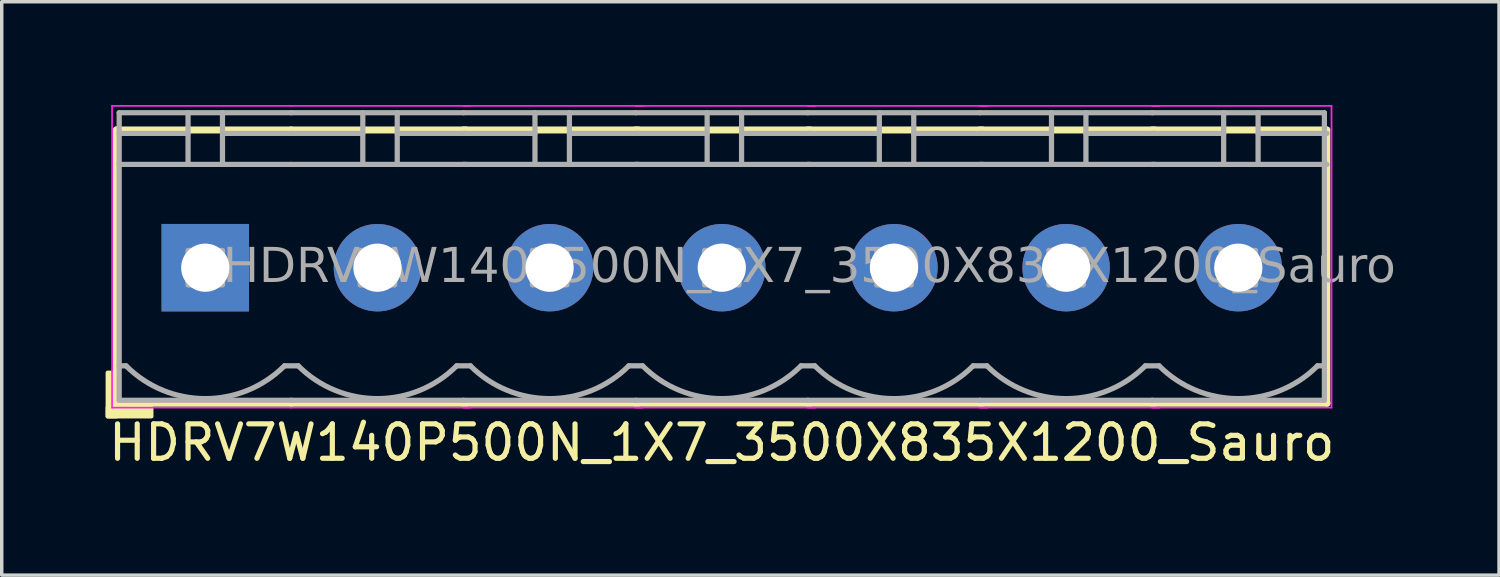
<source format=kicad_pcb>
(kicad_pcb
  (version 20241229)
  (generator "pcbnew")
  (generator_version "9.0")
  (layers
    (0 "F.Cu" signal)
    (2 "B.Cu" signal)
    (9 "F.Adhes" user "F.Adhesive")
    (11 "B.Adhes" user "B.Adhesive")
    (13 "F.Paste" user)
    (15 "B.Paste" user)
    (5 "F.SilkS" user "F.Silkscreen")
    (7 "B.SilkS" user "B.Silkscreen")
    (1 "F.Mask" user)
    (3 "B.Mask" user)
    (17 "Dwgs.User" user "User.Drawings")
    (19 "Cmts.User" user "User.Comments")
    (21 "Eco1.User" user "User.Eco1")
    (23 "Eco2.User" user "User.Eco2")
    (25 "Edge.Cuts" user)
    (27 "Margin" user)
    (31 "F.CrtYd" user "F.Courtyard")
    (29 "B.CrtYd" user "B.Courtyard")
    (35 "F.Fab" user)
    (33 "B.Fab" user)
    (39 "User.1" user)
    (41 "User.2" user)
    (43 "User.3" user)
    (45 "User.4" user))
  (footprint "HDRV7W140P500N_1X7_3500X835X1200_Sauro"
    (layer "F.Cu")
    (at 17.911 4.724)
    (property "Reference" "HDRV7W140P500N_1X7_3500X835X1200_Sauro" (at 0 5.08 0) (layer "F.SilkS") (effects (font (size 1 1) (thickness 0.15))))
    (attr through_hole)
    (fp_line (start -17.58 -4) (end -17.58 3.937) (stroke (width 0.203) (type solid)) (layer "F.SilkS"))
    (fp_line (start -17.58 3.937) (end -12.5 3.937) (stroke (width 0.203) (type solid)) (layer "F.SilkS"))
    (fp_line (start -12.505 -4) (end -17.58 -4) (stroke (width 0.203) (type solid)) (layer "F.SilkS"))
    (fp_line (start -12.5 3.937) (end -7.42 3.937) (stroke (width 0.203) (type solid)) (layer "F.SilkS"))
    (fp_line (start -7.5 3.937) (end -2.42 3.937) (stroke (width 0.203) (type solid)) (layer "F.SilkS"))
    (fp_line (start -7.43 -4) (end -12.505 -4) (stroke (width 0.203) (type solid)) (layer "F.SilkS"))
    (fp_line (start -2.5 3.937) (end 2.58 3.937) (stroke (width 0.203) (type solid)) (layer "F.SilkS"))
    (fp_line (start -2.43 -4) (end -7.505 -4) (stroke (width 0.203) (type solid)) (layer "F.SilkS"))
    (fp_line (start 2.5 3.937) (end 7.58 3.937) (stroke (width 0.203) (type solid)) (layer "F.SilkS"))
    (fp_line (start 2.57 -4) (end -2.505 -4) (stroke (width 0.203) (type solid)) (layer "F.SilkS"))
    (fp_line (start 7.5 3.937) (end 12.58 3.937) (stroke (width 0.203) (type solid)) (layer "F.SilkS"))
    (fp_line (start 7.57 -4) (end 2.495 -4) (stroke (width 0.203) (type solid)) (layer "F.SilkS"))
    (fp_line (start 12.5 3.937) (end 17.58 3.937) (stroke (width 0.203) (type solid)) (layer "F.SilkS"))
    (fp_line (start 12.57 -4) (end 7.495 -4) (stroke (width 0.203) (type solid)) (layer "F.SilkS"))
    (fp_line (start 17.57 -4) (end 12.495 -4) (stroke (width 0.203) (type solid)) (layer "F.SilkS"))
    (fp_line (start 17.57 -4) (end 17.57 3.937) (stroke (width 0.203) (type solid)) (layer "F.SilkS"))
    (fp_rect (start -17.58 3.048) (end -17.834 4.318) (stroke (width 0.12) (type solid)) (fill yes) (layer "F.SilkS"))
    (fp_rect (start -16.564 4.318) (end -17.834 4.064) (stroke (width 0.12) (type solid)) (fill yes) (layer "F.SilkS"))
    (fp_line (start -17.707 4.064) (end -17.707 -4.699) (stroke (width 0.05) (type solid)) (layer "F.CrtYd"))
    (fp_line (start -12.505 4.064) (end -17.707 4.064) (stroke (width 0.05) (type solid)) (layer "F.CrtYd"))
    (fp_line (start -12.5 -4.699) (end -17.707 -4.699) (stroke (width 0.05) (type solid)) (layer "F.CrtYd"))
    (fp_line (start -7.293 -4.699) (end -12.5 -4.699) (stroke (width 0.05) (type solid)) (layer "F.CrtYd"))
    (fp_line (start -7.293 4.064) (end -12.505 4.064) (stroke (width 0.05) (type solid)) (layer "F.CrtYd"))
    (fp_line (start -2.293 -4.699) (end -7.5 -4.699) (stroke (width 0.05) (type solid)) (layer "F.CrtYd"))
    (fp_line (start -2.293 4.064) (end -7.505 4.064) (stroke (width 0.05) (type solid)) (layer "F.CrtYd"))
    (fp_line (start 2.707 -4.699) (end -2.5 -4.699) (stroke (width 0.05) (type solid)) (layer "F.CrtYd"))
    (fp_line (start 2.707 4.064) (end -2.505 4.064) (stroke (width 0.05) (type solid)) (layer "F.CrtYd"))
    (fp_line (start 7.707 -4.699) (end 2.5 -4.699) (stroke (width 0.05) (type solid)) (layer "F.CrtYd"))
    (fp_line (start 7.707 4.064) (end 2.495 4.064) (stroke (width 0.05) (type solid)) (layer "F.CrtYd"))
    (fp_line (start 12.707 -4.699) (end 7.5 -4.699) (stroke (width 0.05) (type solid)) (layer "F.CrtYd"))
    (fp_line (start 12.707 4.064) (end 7.495 4.064) (stroke (width 0.05) (type solid)) (layer "F.CrtYd"))
    (fp_line (start 17.707 -4.699) (end 12.5 -4.699) (stroke (width 0.05) (type solid)) (layer "F.CrtYd"))
    (fp_line (start 17.707 -4.699) (end 17.707 4.064) (stroke (width 0.05) (type solid)) (layer "F.CrtYd"))
    (fp_line (start 17.707 4.064) (end 12.495 4.064) (stroke (width 0.05) (type solid)) (layer "F.CrtYd"))
    (fp_line (start -17.5 -4.5) (end -17.5 3.85) (stroke (width 0.152) (type solid)) (layer "F.Fab"))
    (fp_line (start -17.3 2.85) (end -17.5 2.85) (stroke (width 0.152) (type solid)) (layer "F.Fab"))
    (fp_line (start -15.5 -4.5) (end -15.5 -3) (stroke (width 0.152) (type default)) (layer "F.Fab"))
    (fp_line (start -15.5 -3.9) (end -17.5 -3.9) (stroke (width 0.152) (type solid)) (layer "F.Fab"))
    (fp_line (start -14.5 -4.5) (end -14.5 -3) (stroke (width 0.152) (type default)) (layer "F.Fab"))
    (fp_line (start -14.5 -3.9) (end -12.5 -3.9) (stroke (width 0.152) (type solid)) (layer "F.Fab"))
    (fp_line (start -12.7 2.85) (end -12.3 2.85) (stroke (width 0.152) (type solid)) (layer "F.Fab"))
    (fp_line (start -12.5 -4.5) (end -17.5 -4.5) (stroke (width 0.152) (type solid)) (layer "F.Fab"))
    (fp_line (start -12.5 -3) (end -17.5 -3) (stroke (width 0.152) (type solid)) (layer "F.Fab"))
    (fp_line (start -12.5 3.85) (end -17.5 3.85) (stroke (width 0.152) (type solid)) (layer "F.Fab"))
    (fp_line (start -12.5 3.85) (end -7.5 3.85) (stroke (width 0.152) (type solid)) (layer "F.Fab"))
    (fp_line (start -10.425 -4.5) (end -10.425 -3) (stroke (width 0.152) (type default)) (layer "F.Fab"))
    (fp_line (start -10.425 -3.9) (end -12.5 -3.9) (stroke (width 0.152) (type solid)) (layer "F.Fab"))
    (fp_line (start -9.425 -4.5) (end -9.425 -3) (stroke (width 0.152) (type default)) (layer "F.Fab"))
    (fp_line (start -9.425 -3.9) (end -7.425 -3.9) (stroke (width 0.152) (type solid)) (layer "F.Fab"))
    (fp_line (start -7.7 2.85) (end -7.3 2.85) (stroke (width 0.152) (type solid)) (layer "F.Fab"))
    (fp_line (start -7.5 -4.5) (end -12.5 -4.5) (stroke (width 0.152) (type solid)) (layer "F.Fab"))
    (fp_line (start -7.5 3.85) (end -2.5 3.85) (stroke (width 0.152) (type solid)) (layer "F.Fab"))
    (fp_line (start -7.425 -3) (end -12.5 -3) (stroke (width 0.152) (type solid)) (layer "F.Fab"))
    (fp_line (start -5.425 -4.5) (end -5.425 -3) (stroke (width 0.152) (type default)) (layer "F.Fab"))
    (fp_line (start -5.425 -3.9) (end -7.5 -3.9) (stroke (width 0.152) (type solid)) (layer "F.Fab"))
    (fp_line (start -4.425 -4.5) (end -4.425 -3) (stroke (width 0.152) (type default)) (layer "F.Fab"))
    (fp_line (start -4.425 -3.9) (end -2.425 -3.9) (stroke (width 0.152) (type solid)) (layer "F.Fab"))
    (fp_line (start -2.7 2.85) (end -2.3 2.85) (stroke (width 0.152) (type solid)) (layer "F.Fab"))
    (fp_line (start -2.5 -4.5) (end -7.5 -4.5) (stroke (width 0.152) (type solid)) (layer "F.Fab"))
    (fp_line (start -2.5 3.85) (end 2.5 3.85) (stroke (width 0.152) (type solid)) (layer "F.Fab"))
    (fp_line (start -2.425 -3) (end -7.5 -3) (stroke (width 0.152) (type solid)) (layer "F.Fab"))
    (fp_line (start -0.425 -4.5) (end -0.425 -3) (stroke (width 0.152) (type default)) (layer "F.Fab"))
    (fp_line (start -0.425 -3.9) (end -2.5 -3.9) (stroke (width 0.152) (type solid)) (layer "F.Fab"))
    (fp_line (start 0.575 -4.5) (end 0.575 -3) (stroke (width 0.152) (type default)) (layer "F.Fab"))
    (fp_line (start 0.575 -3.9) (end 2.575 -3.9) (stroke (width 0.152) (type solid)) (layer "F.Fab"))
    (fp_line (start 2.3 2.85) (end 2.7 2.85) (stroke (width 0.152) (type solid)) (layer "F.Fab"))
    (fp_line (start 2.5 -4.5) (end -2.5 -4.5) (stroke (width 0.152) (type solid)) (layer "F.Fab"))
    (fp_line (start 2.5 3.85) (end 7.5 3.85) (stroke (width 0.152) (type solid)) (layer "F.Fab"))
    (fp_line (start 2.575 -3) (end -2.5 -3) (stroke (width 0.152) (type solid)) (layer "F.Fab"))
    (fp_line (start 4.575 -4.5) (end 4.575 -3) (stroke (width 0.152) (type default)) (layer "F.Fab"))
    (fp_line (start 4.575 -3.9) (end 2.5 -3.9) (stroke (width 0.152) (type solid)) (layer "F.Fab"))
    (fp_line (start 5.575 -4.5) (end 5.575 -3) (stroke (width 0.152) (type default)) (layer "F.Fab"))
    (fp_line (start 5.575 -3.9) (end 7.575 -3.9) (stroke (width 0.152) (type solid)) (layer "F.Fab"))
    (fp_line (start 7.3 2.85) (end 7.7 2.85) (stroke (width 0.152) (type solid)) (layer "F.Fab"))
    (fp_line (start 7.5 -4.5) (end 2.5 -4.5) (stroke (width 0.152) (type solid)) (layer "F.Fab"))
    (fp_line (start 7.5 3.85) (end 12.5 3.85) (stroke (width 0.152) (type solid)) (layer "F.Fab"))
    (fp_line (start 7.575 -3) (end 2.5 -3) (stroke (width 0.152) (type solid)) (layer "F.Fab"))
    (fp_line (start 9.575 -4.5) (end 9.575 -3) (stroke (width 0.152) (type default)) (layer "F.Fab"))
    (fp_line (start 9.575 -3.9) (end 7.5 -3.9) (stroke (width 0.152) (type solid)) (layer "F.Fab"))
    (fp_line (start 10.575 -4.5) (end 10.575 -3) (stroke (width 0.152) (type default)) (layer "F.Fab"))
    (fp_line (start 10.575 -3.9) (end 12.575 -3.9) (stroke (width 0.152) (type solid)) (layer "F.Fab"))
    (fp_line (start 12.3 2.85) (end 12.7 2.85) (stroke (width 0.152) (type solid)) (layer "F.Fab"))
    (fp_line (start 12.5 -4.5) (end 7.5 -4.5) (stroke (width 0.152) (type solid)) (layer "F.Fab"))
    (fp_line (start 12.5 3.85) (end 17.5 3.85) (stroke (width 0.152) (type solid)) (layer "F.Fab"))
    (fp_line (start 12.575 -3) (end 7.5 -3) (stroke (width 0.152) (type solid)) (layer "F.Fab"))
    (fp_line (start 14.575 -4.5) (end 14.575 -3) (stroke (width 0.152) (type default)) (layer "F.Fab"))
    (fp_line (start 14.575 -3.9) (end 12.5 -3.9) (stroke (width 0.152) (type solid)) (layer "F.Fab"))
    (fp_line (start 15.575 -4.5) (end 15.575 -3) (stroke (width 0.152) (type default)) (layer "F.Fab"))
    (fp_line (start 15.575 -3.9) (end 17.575 -3.9) (stroke (width 0.152) (type solid)) (layer "F.Fab"))
    (fp_line (start 17.5 -4.5) (end 12.5 -4.5) (stroke (width 0.152) (type solid)) (layer "F.Fab"))
    (fp_line (start 17.5 -4.5) (end 17.5 3.85) (stroke (width 0.152) (type solid)) (layer "F.Fab"))
    (fp_line (start 17.5 2.85) (end 17.3 2.85) (stroke (width 0.152) (type solid)) (layer "F.Fab"))
    (fp_line (start 17.575 -3) (end 12.5 -3) (stroke (width 0.152) (type solid)) (layer "F.Fab"))
    (fp_rect (start -15.5 -0.5) (end -14.5 0.5) (stroke (width 0.152) (type solid)) (fill no) (layer "F.Fab"))
    (fp_rect (start -10.5 -0.5) (end -9.5 0.5) (stroke (width 0.152) (type solid)) (fill no) (layer "F.Fab"))
    (fp_rect (start -5.5 -0.5) (end -4.5 0.5) (stroke (width 0.152) (type solid)) (fill no) (layer "F.Fab"))
    (fp_rect (start -0.5 -0.5) (end 0.5 0.5) (stroke (width 0.152) (type solid)) (fill no) (layer "F.Fab"))
    (fp_rect (start 4.5 -0.5) (end 5.5 0.5) (stroke (width 0.152) (type solid)) (fill no) (layer "F.Fab"))
    (fp_rect (start 9.5 -0.5) (end 10.5 0.5) (stroke (width 0.152) (type solid)) (fill no) (layer "F.Fab"))
    (fp_rect (start 14.5 -0.5) (end 15.5 0.5) (stroke (width 0.152) (type solid)) (fill no) (layer "F.Fab"))
    (fp_arc (start -12.7 2.85) (mid -15 3.802691) (end -17.3 2.85) (stroke (width 0.1524) (type default)) (layer "F.Fab"))
    (fp_arc (start -7.7 2.85) (mid -10 3.802691) (end -12.3 2.85) (stroke (width 0.1524) (type default)) (layer "F.Fab"))
    (fp_arc (start -2.7 2.85) (mid -5 3.802691) (end -7.3 2.85) (stroke (width 0.1524) (type default)) (layer "F.Fab"))
    (fp_arc (start 2.3 2.85) (mid 0 3.802691) (end -2.3 2.85) (stroke (width 0.1524) (type default)) (layer "F.Fab"))
    (fp_arc (start 7.3 2.85) (mid 5 3.802691) (end 2.7 2.85) (stroke (width 0.1524) (type default)) (layer "F.Fab"))
    (fp_arc (start 12.3 2.85) (mid 10 3.802691) (end 7.7 2.85) (stroke (width 0.1524) (type default)) (layer "F.Fab"))
    (fp_arc (start 17.3 2.85) (mid 15 3.802691) (end 12.7 2.85) (stroke (width 0.1524) (type default)) (layer "F.Fab"))
    (fp_text user "${REFERENCE}" (at 2.54 0 0) (layer "F.Fab") (effects (font (face "Tahoma") (size 1 1) (thickness 0.15))))
    (pad "1" thru_hole rect (at -15 0) (size 2.54 2.54) (drill 1.4) (layers "*.Cu" "*.Mask"))
    (pad "2" thru_hole circle (at -10 0) (size 2.54 2.54) (drill 1.4) (layers "*.Cu" "*.Mask"))
    (pad "3" thru_hole circle (at -5 0) (size 2.54 2.54) (drill 1.4) (layers "*.Cu" "*.Mask"))
    (pad "4" thru_hole circle (at 0 0) (size 2.54 2.54) (drill 1.4) (layers "*.Cu" "*.Mask"))
    (pad "5" thru_hole circle (at 5 0) (size 2.54 2.54) (drill 1.4) (layers "*.Cu" "*.Mask"))
    (pad "6" thru_hole circle (at 10 0) (size 2.54 2.54) (drill 1.4) (layers "*.Cu" "*.Mask"))
    (pad "7" thru_hole circle (at 15 0) (size 2.54 2.54) (drill 1.4) (layers "*.Cu" "*.Mask")))
  (gr_rect
    (start -3 -3)
    (end 40.483 13.652)
    (stroke (width 0.1) (type default))
    (fill no)
    (layer "Edge.Cuts")))
</source>
